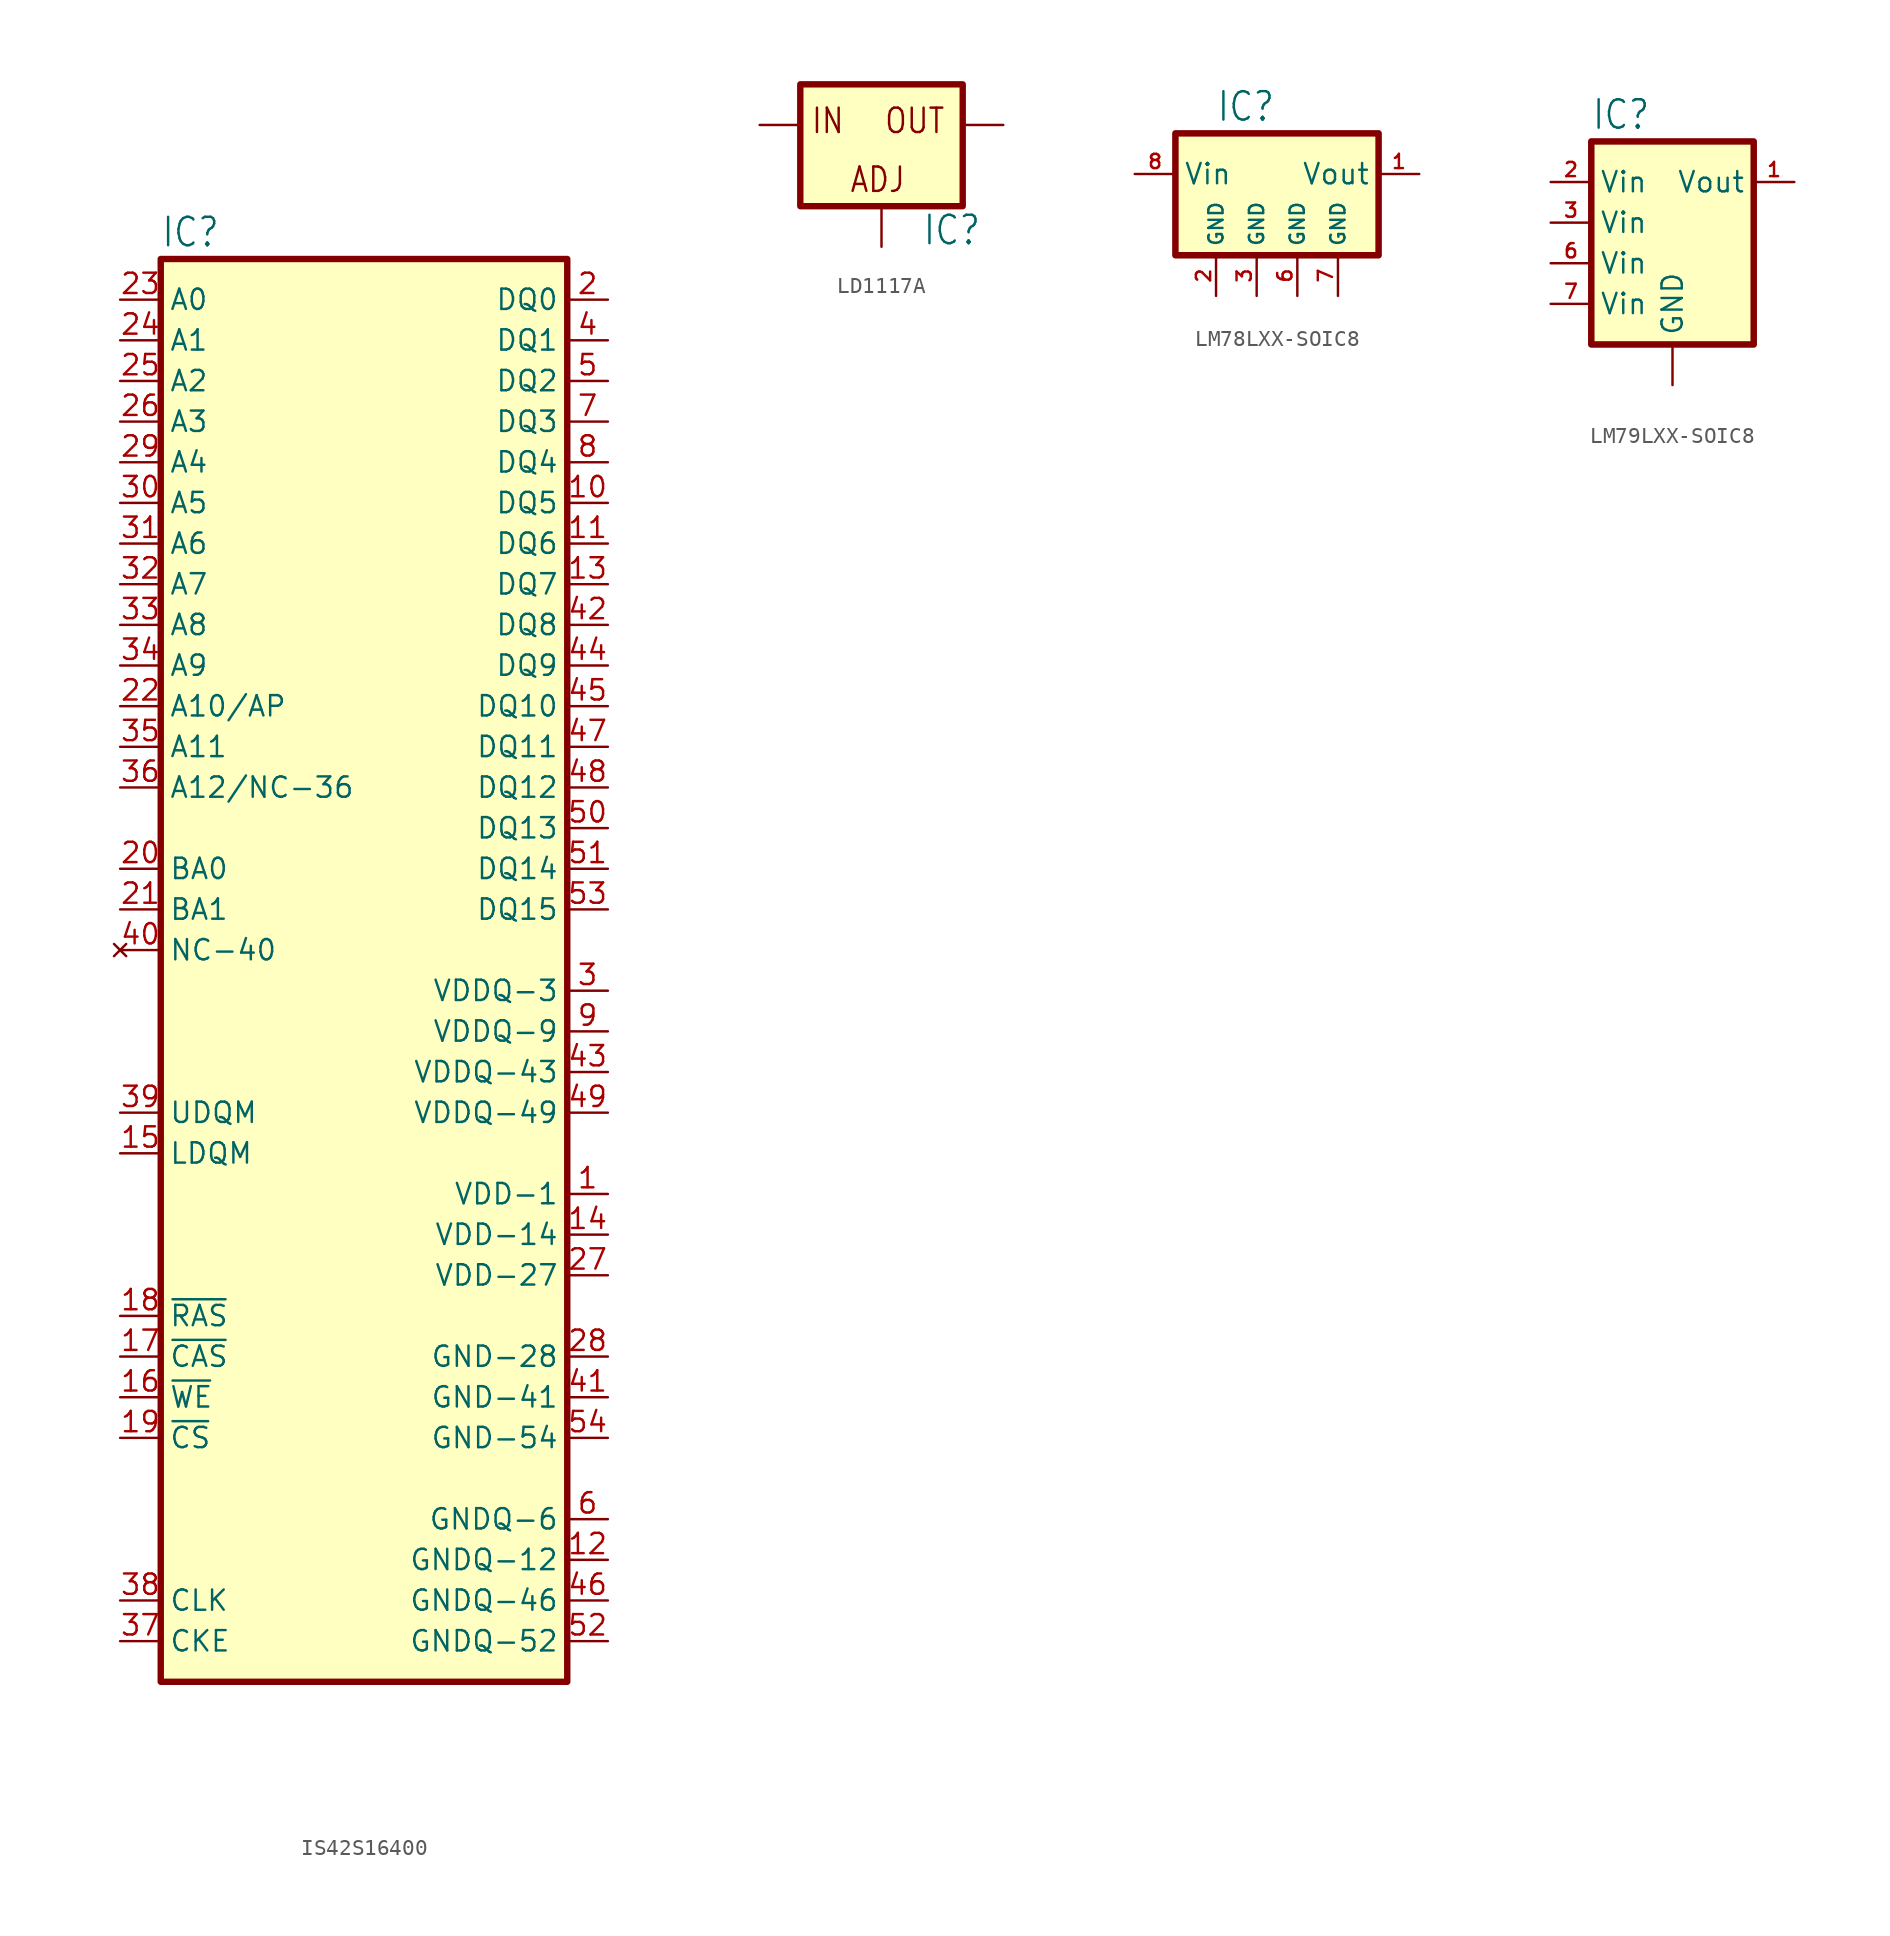
<source format=kicad_sym>
(kicad_symbol_lib
  (version 20241209)
  (generator "kicad_symbol_editor")
  (generator_version "9.0")
  (symbol "IS42S16400"
    (property "Reference" "IC"
      (at -12.7 43.815 0)
      (effects (font (size 1.778 1.511)) (justify left bottom)))
    (symbol "IS42S16400_1_0"
      (pin input line (at -15.24 40.64 0) (length 2.54) (name "A0" (effects (font (size 1.27 1.27)))) (number "23" (effects (font (size 1.27 1.27)))))
      (pin input line (at -15.24 38.1 0) (length 2.54) (name "A1" (effects (font (size 1.27 1.27)))) (number "24" (effects (font (size 1.27 1.27)))))
      (pin input line (at -15.24 35.56 0) (length 2.54) (name "A2" (effects (font (size 1.27 1.27)))) (number "25" (effects (font (size 1.27 1.27)))))
      (pin input line (at -15.24 33.02 0) (length 2.54) (name "A3" (effects (font (size 1.27 1.27)))) (number "26" (effects (font (size 1.27 1.27)))))
      (pin input line (at -15.24 30.48 0) (length 2.54) (name "A4" (effects (font (size 1.27 1.27)))) (number "29" (effects (font (size 1.27 1.27)))))
      (pin input line (at -15.24 27.94 0) (length 2.54) (name "A5" (effects (font (size 1.27 1.27)))) (number "30" (effects (font (size 1.27 1.27)))))
      (pin input line (at -15.24 25.4 0) (length 2.54) (name "A6" (effects (font (size 1.27 1.27)))) (number "31" (effects (font (size 1.27 1.27)))))
      (pin input line (at -15.24 22.86 0) (length 2.54) (name "A7" (effects (font (size 1.27 1.27)))) (number "32" (effects (font (size 1.27 1.27)))))
      (pin input line (at -15.24 20.32 0) (length 2.54) (name "A8" (effects (font (size 1.27 1.27)))) (number "33" (effects (font (size 1.27 1.27)))))
      (pin input line (at -15.24 17.78 0) (length 2.54) (name "A9" (effects (font (size 1.27 1.27)))) (number "34" (effects (font (size 1.27 1.27)))))
      (pin input line (at -15.24 15.24 0) (length 2.54) (name "A10/AP" (effects (font (size 1.27 1.27)))) (number "22" (effects (font (size 1.27 1.27)))))
      (pin input line (at -15.24 12.7 0) (length 2.54) (name "A11" (effects (font (size 1.27 1.27)))) (number "35" (effects (font (size 1.27 1.27)))))
      (pin passive line (at -15.24 10.16 0) (length 2.54) (name "A12/NC-36" (effects (font (size 1.27 1.27)))) (number "36" (effects (font (size 1.27 1.27)))))
      (pin input line (at -15.24 5.08 0) (length 2.54) (name "BA0" (effects (font (size 1.27 1.27)))) (number "20" (effects (font (size 1.27 1.27)))))
      (pin input line (at -15.24 2.54 0) (length 2.54) (name "BA1" (effects (font (size 1.27 1.27)))) (number "21" (effects (font (size 1.27 1.27)))))
      (pin no_connect line (at -15.24 0 0) (length 2.54) (name "NC-40" (effects (font (size 1.27 1.27)))) (number "40" (effects (font (size 1.27 1.27)))))
      (pin input line (at -15.24 -10.16 0) (length 2.54) (name "UDQM" (effects (font (size 1.27 1.27)))) (number "39" (effects (font (size 1.27 1.27)))))
      (pin input line (at -15.24 -12.7 0) (length 2.54) (name "LDQM" (effects (font (size 1.27 1.27)))) (number "15" (effects (font (size 1.27 1.27)))))
      (pin input line (at -15.24 -22.86 0) (length 2.54) (name "~{RAS}" (effects (font (size 1.27 1.27)))) (number "18" (effects (font (size 1.27 1.27)))))
      (pin input line (at -15.24 -25.4 0) (length 2.54) (name "~{CAS}" (effects (font (size 1.27 1.27)))) (number "17" (effects (font (size 1.27 1.27)))))
      (pin input line (at -15.24 -27.94 0) (length 2.54) (name "~{WE}" (effects (font (size 1.27 1.27)))) (number "16" (effects (font (size 1.27 1.27)))))
      (pin input line (at -15.24 -30.48 0) (length 2.54) (name "~{CS}" (effects (font (size 1.27 1.27)))) (number "19" (effects (font (size 1.27 1.27)))))
      (pin input line (at -15.24 -40.64 0) (length 2.54) (name "CLK" (effects (font (size 1.27 1.27)))) (number "38" (effects (font (size 1.27 1.27)))))
      (pin input line (at -15.24 -43.18 0) (length 2.54) (name "CKE" (effects (font (size 1.27 1.27)))) (number "37" (effects (font (size 1.27 1.27)))))
      (pin bidirectional line (at 15.24 40.64 180) (length 2.54) (name "DQ0" (effects (font (size 1.27 1.27)))) (number "2" (effects (font (size 1.27 1.27)))))
      (pin bidirectional line (at 15.24 38.1 180) (length 2.54) (name "DQ1" (effects (font (size 1.27 1.27)))) (number "4" (effects (font (size 1.27 1.27)))))
      (pin bidirectional line (at 15.24 35.56 180) (length 2.54) (name "DQ2" (effects (font (size 1.27 1.27)))) (number "5" (effects (font (size 1.27 1.27)))))
      (pin bidirectional line (at 15.24 33.02 180) (length 2.54) (name "DQ3" (effects (font (size 1.27 1.27)))) (number "7" (effects (font (size 1.27 1.27)))))
      (pin bidirectional line (at 15.24 30.48 180) (length 2.54) (name "DQ4" (effects (font (size 1.27 1.27)))) (number "8" (effects (font (size 1.27 1.27)))))
      (pin bidirectional line (at 15.24 27.94 180) (length 2.54) (name "DQ5" (effects (font (size 1.27 1.27)))) (number "10" (effects (font (size 1.27 1.27)))))
      (pin bidirectional line (at 15.24 25.4 180) (length 2.54) (name "DQ6" (effects (font (size 1.27 1.27)))) (number "11" (effects (font (size 1.27 1.27)))))
      (pin bidirectional line (at 15.24 22.86 180) (length 2.54) (name "DQ7" (effects (font (size 1.27 1.27)))) (number "13" (effects (font (size 1.27 1.27)))))
      (pin bidirectional line (at 15.24 20.32 180) (length 2.54) (name "DQ8" (effects (font (size 1.27 1.27)))) (number "42" (effects (font (size 1.27 1.27)))))
      (pin bidirectional line (at 15.24 17.78 180) (length 2.54) (name "DQ9" (effects (font (size 1.27 1.27)))) (number "44" (effects (font (size 1.27 1.27)))))
      (pin bidirectional line (at 15.24 15.24 180) (length 2.54) (name "DQ10" (effects (font (size 1.27 1.27)))) (number "45" (effects (font (size 1.27 1.27)))))
      (pin bidirectional line (at 15.24 12.7 180) (length 2.54) (name "DQ11" (effects (font (size 1.27 1.27)))) (number "47" (effects (font (size 1.27 1.27)))))
      (pin bidirectional line (at 15.24 10.16 180) (length 2.54) (name "DQ12" (effects (font (size 1.27 1.27)))) (number "48" (effects (font (size 1.27 1.27)))))
      (pin bidirectional line (at 15.24 7.62 180) (length 2.54) (name "DQ13" (effects (font (size 1.27 1.27)))) (number "50" (effects (font (size 1.27 1.27)))))
      (pin bidirectional line (at 15.24 5.08 180) (length 2.54) (name "DQ14" (effects (font (size 1.27 1.27)))) (number "51" (effects (font (size 1.27 1.27)))))
      (pin bidirectional line (at 15.24 2.54 180) (length 2.54) (name "DQ15" (effects (font (size 1.27 1.27)))) (number "53" (effects (font (size 1.27 1.27)))))
      (pin power_in line (at 15.24 -2.54 180) (length 2.54) (name "VDDQ-3" (effects (font (size 1.27 1.27)))) (number "3" (effects (font (size 1.27 1.27)))))
      (pin power_in line (at 15.24 -5.08 180) (length 2.54) (name "VDDQ-9" (effects (font (size 1.27 1.27)))) (number "9" (effects (font (size 1.27 1.27)))))
      (pin power_in line (at 15.24 -7.62 180) (length 2.54) (name "VDDQ-43" (effects (font (size 1.27 1.27)))) (number "43" (effects (font (size 1.27 1.27)))))
      (pin power_in line (at 15.24 -10.16 180) (length 2.54) (name "VDDQ-49" (effects (font (size 1.27 1.27)))) (number "49" (effects (font (size 1.27 1.27)))))
      (pin power_in line (at 15.24 -15.24 180) (length 2.54) (name "VDD-1" (effects (font (size 1.27 1.27)))) (number "1" (effects (font (size 1.27 1.27)))))
      (pin power_in line (at 15.24 -17.78 180) (length 2.54) (name "VDD-14" (effects (font (size 1.27 1.27)))) (number "14" (effects (font (size 1.27 1.27)))))
      (pin power_in line (at 15.24 -20.32 180) (length 2.54) (name "VDD-27" (effects (font (size 1.27 1.27)))) (number "27" (effects (font (size 1.27 1.27)))))
      (pin power_in line (at 15.24 -25.4 180) (length 2.54) (name "GND-28" (effects (font (size 1.27 1.27)))) (number "28" (effects (font (size 1.27 1.27)))))
      (pin power_in line (at 15.24 -27.94 180) (length 2.54) (name "GND-41" (effects (font (size 1.27 1.27)))) (number "41" (effects (font (size 1.27 1.27)))))
      (pin power_in line (at 15.24 -30.48 180) (length 2.54) (name "GND-54" (effects (font (size 1.27 1.27)))) (number "54" (effects (font (size 1.27 1.27)))))
      (pin power_in line (at 15.24 -35.56 180) (length 2.54) (name "GNDQ-6" (effects (font (size 1.27 1.27)))) (number "6" (effects (font (size 1.27 1.27)))))
      (pin power_in line (at 15.24 -38.1 180) (length 2.54) (name "GNDQ-12" (effects (font (size 1.27 1.27)))) (number "12" (effects (font (size 1.27 1.27)))))
      (pin power_in line (at 15.24 -40.64 180) (length 2.54) (name "GNDQ-46" (effects (font (size 1.27 1.27)))) (number "46" (effects (font (size 1.27 1.27)))))
      (pin power_in line (at 15.24 -43.18 180) (length 2.54) (name "GNDQ-52" (effects (font (size 1.27 1.27)))) (number "52" (effects (font (size 1.27 1.27))))))
    (symbol "IS42S16400_1_1"
      (rectangle (start -12.7 43.18) (end 12.7 -45.72) (stroke (width 0.4) (type default)) (fill (type background)))))
  (symbol "LD1117A"
    (property "Reference" "IC"
      (at 2.54 -7.62 0)
      (effects (font (size 1.778 1.511)) (justify left bottom)))
    (symbol "LD1117A_1_0"
      (text "IN" (at -4.445 -0.635 0) (effects (font (size 1.524 1.295)) (justify left bottom)))
      (text "ADJ" (at -2.032 -4.318 0) (effects (font (size 1.524 1.295)) (justify left bottom)))
      (text "OUT" (at 0.127 -0.635 0) (effects (font (size 1.524 1.295)) (justify left bottom)))
      (pin input line (at -7.62 0 0) (length 2.54) (name "IN" (effects (font (size 0 0)))) (number "3" (effects (font (size 0 0)))))
      (pin input line (at 0 -7.62 90) (length 2.54) (name "ADJ" (effects (font (size 0 0)))) (number "1" (effects (font (size 0 0)))))
      (pin passive line (at 7.62 0 180) (length 2.54) (name "OUT" (effects (font (size 0 0)))) (number "4" (effects (font (size 0 0))))))
    (symbol "LD1117A_1_1"
      (rectangle (start -5.08 2.54) (end 5.08 -5.08) (stroke (width 0.4) (type default)) (fill (type background)))))
  (symbol "LM78LXX-SOIC8"
    (property "Reference" "IC"
      (at -5.08 3.175 0)
      (effects (font (size 1.778 1.511)) (justify left bottom)))
    (symbol "LM78LXX-SOIC8_1_0"
      (pin input line (at -10.16 0 0) (length 2.54) (name "Vin" (effects (font (size 1.27 1.27)))) (number "8" (effects (font (size 0.889 0.889)))))
      (pin passive line (at -5.08 -7.62 90) (length 2.54) (name "GND" (effects (font (size 0.889 0.889)))) (number "2" (effects (font (size 0.889 0.889)))))
      (pin passive line (at -2.54 -7.62 90) (length 2.54) (name "GND" (effects (font (size 0.889 0.889)))) (number "3" (effects (font (size 0.889 0.889)))))
      (pin passive line (at 0 -7.62 90) (length 2.54) (name "GND" (effects (font (size 0.889 0.889)))) (number "6" (effects (font (size 0.889 0.889)))))
      (pin passive line (at 2.54 -7.62 90) (length 2.54) (name "GND" (effects (font (size 0.889 0.889)))) (number "7" (effects (font (size 0.889 0.889)))))
      (pin passive line (at 7.62 0 180) (length 2.54) (name "Vout" (effects (font (size 1.27 1.27)))) (number "1" (effects (font (size 0.889 0.889)))))
      (pin no_connect line (at 7.62 -2.54 180) (length 2.54) (hide yes) (name "NC" (effects (font (size 0 0)))) (number "4" (effects (font (size 1.27 1.27)))))
      (pin no_connect line (at 7.62 -5.08 180) (length 2.54) (hide yes) (name "NC" (effects (font (size 0 0)))) (number "5" (effects (font (size 1.27 1.27))))))
    (symbol "LM78LXX-SOIC8_1_1"
      (rectangle (start -7.62 2.54) (end 5.08 -5.08) (stroke (width 0.406) (type default)) (fill (type background)))))
  (symbol "LM79LXX-SOIC8"
    (property "Reference" "IC"
      (at -5.08 3.175 0)
      (effects (font (size 1.778 1.511)) (justify left bottom)))
    (property "Value" ""
      (at -5.08 3.175 0)
      (effects (font (size 1.778 1.511)) (justify left bottom)))
    (symbol "LM79LXX-SOIC8_1_0"
      (pin input line (at -7.62 0 0) (length 2.54) (name "Vin" (effects (font (size 1.27 1.27)))) (number "2" (effects (font (size 0.889 0.889)))))
      (pin input line (at -7.62 -2.54 0) (length 2.54) (name "Vin" (effects (font (size 1.27 1.27)))) (number "3" (effects (font (size 0.889 0.889)))))
      (pin input line (at -7.62 -5.08 0) (length 2.54) (name "Vin" (effects (font (size 1.27 1.27)))) (number "6" (effects (font (size 0.889 0.889)))))
      (pin input line (at -7.62 -7.62 0) (length 2.54) (name "Vin" (effects (font (size 1.27 1.27)))) (number "7" (effects (font (size 0.889 0.889)))))
      (pin passive line (at 0 -12.7 90) (length 2.54) (name "GND" (effects (font (size 1.27 1.27)))) (number "5" (effects (font (size 0 0)))))
      (pin passive line (at 7.62 0 180) (length 2.54) (name "Vout" (effects (font (size 1.27 1.27)))) (number "1" (effects (font (size 0.889 0.889)))))
      (pin no_connect line (at 7.62 -2.54 180) (length 2.54) (hide yes) (name "NC" (effects (font (size 0 0)))) (number "4" (effects (font (size 1.27 1.27)))))
      (pin no_connect line (at 7.62 -5.08 180) (length 2.54) (hide yes) (name "NC" (effects (font (size 0 0)))) (number "8" (effects (font (size 1.27 1.27))))))
    (symbol "LM79LXX-SOIC8_1_1"
      (rectangle (start -5.08 2.54) (end 5.08 -10.16) (stroke (width 0.406) (type default)) (fill (type background))))))
</source>
